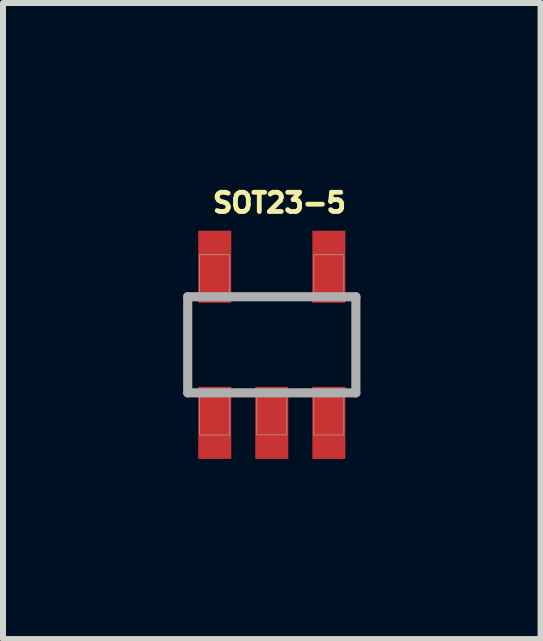
<source format=kicad_pcb>
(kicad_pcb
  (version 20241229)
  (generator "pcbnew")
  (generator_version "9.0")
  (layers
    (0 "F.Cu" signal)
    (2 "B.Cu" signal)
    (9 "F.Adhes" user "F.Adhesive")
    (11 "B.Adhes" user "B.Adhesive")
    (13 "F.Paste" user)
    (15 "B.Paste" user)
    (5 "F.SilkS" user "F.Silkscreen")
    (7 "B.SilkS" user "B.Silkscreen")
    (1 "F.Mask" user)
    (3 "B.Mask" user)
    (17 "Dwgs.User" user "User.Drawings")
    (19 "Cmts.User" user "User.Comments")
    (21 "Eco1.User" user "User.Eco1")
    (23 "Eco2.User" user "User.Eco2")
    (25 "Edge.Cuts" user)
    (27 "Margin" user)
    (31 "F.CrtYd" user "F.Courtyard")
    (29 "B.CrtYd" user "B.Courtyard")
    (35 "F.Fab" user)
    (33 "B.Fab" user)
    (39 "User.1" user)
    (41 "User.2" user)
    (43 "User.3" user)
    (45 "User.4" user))
  (footprint "SOT23-5"
    (layer "F.Cu")
    (at 1.476 2.692)
    (property "Reference" "SOT23-5" (at 0.127 -2.364 0) (layer "F.SilkS") (effects (font (size 0.32 0.32) (thickness 0.15))))
    (attr smd)
    (fp_line (start -1.4 -0.8) (end -1.4 0.8) (stroke (width 0.152) (type solid)) (layer "F.Fab"))
    (fp_line (start -1.4 -0.8) (end 1.4 -0.8) (stroke (width 0.152) (type solid)) (layer "F.Fab"))
    (fp_line (start 1.4 -0.8) (end 1.4 0.8) (stroke (width 0.152) (type solid)) (layer "F.Fab"))
    (fp_line (start 1.4 0.8) (end -1.4 0.8) (stroke (width 0.152) (type solid)) (layer "F.Fab"))
    (fp_poly (pts (xy -1.201 0.85) (xy -0.7 0.85) (xy -0.7 1.502) (xy -1.201 1.502)) (stroke (width 0.01) (type solid)) (fill no) (layer "F.Fab"))
    (fp_poly (pts (xy -1.201 -1.5) (xy -0.7 -1.5) (xy -0.7 -0.85) (xy -1.201 -0.85)) (stroke (width 0.01) (type solid)) (fill no) (layer "F.Fab"))
    (fp_poly (pts (xy -0.25 0.85) (xy 0.25 0.85) (xy 0.25 1.5) (xy -0.25 1.5)) (stroke (width 0.01) (type solid)) (fill no) (layer "F.Fab"))
    (fp_poly (pts (xy 0.7 0.85) (xy 1.2 0.85) (xy 1.2 1.501) (xy 0.7 1.501)) (stroke (width 0.01) (type solid)) (fill no) (layer "F.Fab"))
    (fp_poly (pts (xy 0.7 -1.5) (xy 1.2 -1.5) (xy 1.2 -0.851) (xy 0.7 -0.851)) (stroke (width 0.01) (type solid)) (fill no) (layer "F.Fab"))
    (pad "1" smd rect (at -0.95 1.3) (size 0.55 1.2) (layers "F.Cu" "F.Mask" "F.Paste"))
    (pad "2" smd rect (at 0 1.3) (size 0.55 1.2) (layers "F.Cu" "F.Mask" "F.Paste"))
    (pad "3" smd rect (at 0.95 1.3) (size 0.55 1.2) (layers "F.Cu" "F.Mask" "F.Paste"))
    (pad "4" smd rect (at 0.95 -1.3) (size 0.55 1.2) (layers "F.Cu" "F.Mask" "F.Paste"))
    (pad "5" smd rect (at -0.95 -1.3) (size 0.55 1.2) (layers "F.Cu" "F.Mask" "F.Paste")))
  (gr_rect
    (start -3 -3)
    (end 5.952 7.592)
    (stroke (width 0.1) (type default))
    (fill no)
    (layer "Edge.Cuts")))
</source>
